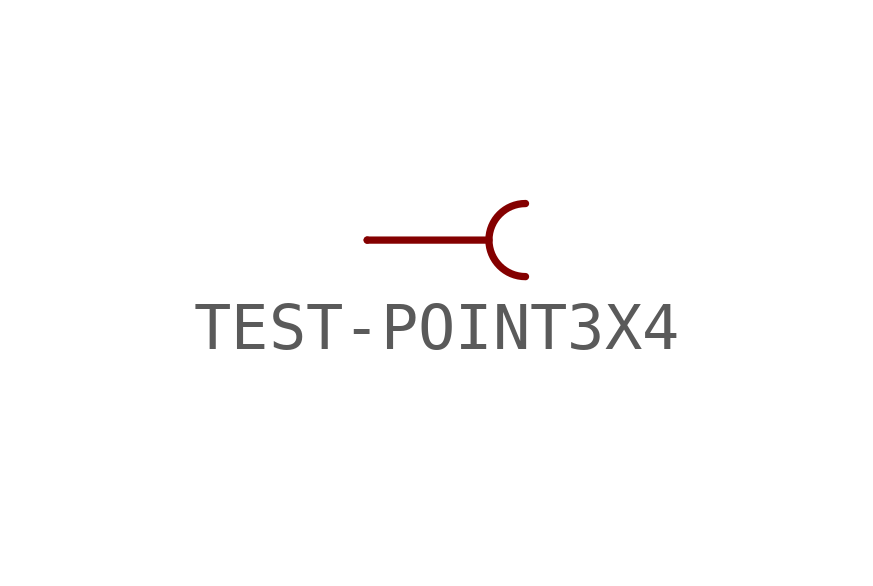
<source format=kicad_sym>
(kicad_symbol_lib
  (version 20220914)
  (generator kicad_symbol_editor)
  (symbol "TEST-POINT3X4"
    (property "Reference" "TP"
      (at -2.54 2.54 0)
      (effects (font (size 1.778 1.778)) (justify left bottom) hide))
    (property "ki_locked" ""
      (at 0 0 0)
      (effects (font (size 1.27 1.27))))
    (symbol "TEST-POINT3X4_1_0"
      (polyline (pts (xy 2.54 0) (xy 0 0)) (stroke (width 0.152) (type solid)) (fill (type none)))
      (arc (start 3.302 0.762) (mid 2.54 0) (end 3.302 -0.762) (stroke (width 0.1524) (type solid)) (fill (type none)))
      (pin bidirectional line (at 0 0 180) (length 0) (name "1" (effects (font (size 0 0)))) (number "P$1" (effects (font (size 0 0))))))))
</source>
